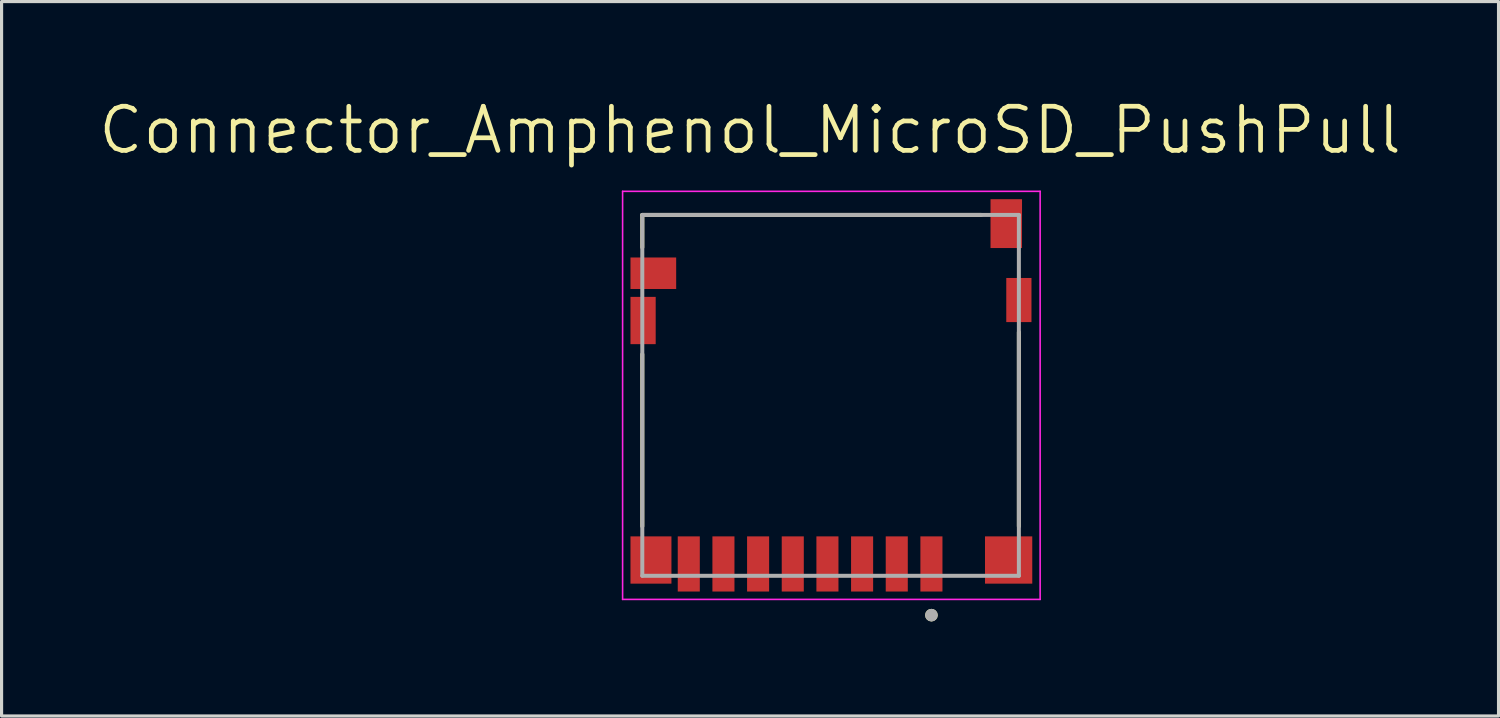
<source format=kicad_pcb>
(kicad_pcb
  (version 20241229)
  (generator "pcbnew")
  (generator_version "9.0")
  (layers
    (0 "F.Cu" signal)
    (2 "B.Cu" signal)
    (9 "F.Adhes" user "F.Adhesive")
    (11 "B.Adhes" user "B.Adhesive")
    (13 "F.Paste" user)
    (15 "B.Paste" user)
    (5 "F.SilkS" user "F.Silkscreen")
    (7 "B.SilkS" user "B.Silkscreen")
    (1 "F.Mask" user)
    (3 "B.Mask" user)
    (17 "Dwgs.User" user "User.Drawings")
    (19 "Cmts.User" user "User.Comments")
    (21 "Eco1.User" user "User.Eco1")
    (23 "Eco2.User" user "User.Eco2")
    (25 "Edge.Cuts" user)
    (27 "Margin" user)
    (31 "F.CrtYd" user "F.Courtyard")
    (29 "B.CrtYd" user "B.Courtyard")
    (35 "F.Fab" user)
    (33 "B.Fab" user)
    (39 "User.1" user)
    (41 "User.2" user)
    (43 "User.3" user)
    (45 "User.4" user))
  (footprint "Connector_Amphenol_MicroSD_PushPull"
    (layer "F.Cu")
    (at 23.307 13.971)
    (property "Reference" "Connector_Amphenol_MicroSD_PushPull" (at -2.555 -12.889 0) (layer "F.SilkS") (effects (font (size 1.4 1.4) (thickness 0.15))))
    (attr smd)
    (fp_line (start -5.975 -10.2) (end -5.975 -9.17) (stroke (width 0.127) (type solid)) (layer "F.SilkS"))
    (fp_line (start -5.975 -5.78) (end -5.975 -0.32) (stroke (width 0.127) (type solid)) (layer "F.SilkS"))
    (fp_line (start 4.78 -10.2) (end -5.975 -10.2) (stroke (width 0.127) (type solid)) (layer "F.SilkS"))
    (fp_line (start 5.975 -0.32) (end 5.975 -6.48) (stroke (width 0.127) (type solid)) (layer "F.SilkS"))
    (fp_circle (center 3.2 2.5) (end 3.3 2.5) (stroke (width 0.2) (type solid)) (fill no) (layer "F.SilkS"))
    (fp_line (start -6.6 -10.95) (end -6.6 2) (stroke (width 0.05) (type solid)) (layer "F.CrtYd"))
    (fp_line (start -6.6 2) (end 6.65 2) (stroke (width 0.05) (type solid)) (layer "F.CrtYd"))
    (fp_line (start 6.65 -10.95) (end -6.6 -10.95) (stroke (width 0.05) (type solid)) (layer "F.CrtYd"))
    (fp_line (start 6.65 2) (end 6.65 -10.95) (stroke (width 0.05) (type solid)) (layer "F.CrtYd"))
    (fp_line (start -5.975 -10.2) (end -5.975 1.25) (stroke (width 0.127) (type solid)) (layer "F.Fab"))
    (fp_line (start -5.975 1.25) (end 5.975 1.25) (stroke (width 0.127) (type solid)) (layer "F.Fab"))
    (fp_line (start 5.975 -10.2) (end -5.975 -10.2) (stroke (width 0.127) (type solid)) (layer "F.Fab"))
    (fp_line (start 5.975 1.25) (end 5.975 -10.2) (stroke (width 0.127) (type solid)) (layer "F.Fab"))
    (fp_circle (center 3.2 2.5) (end 3.3 2.5) (stroke (width 0.2) (type solid)) (fill no) (layer "F.Fab"))
    (pad "1" smd rect (at 3.2 0.875) (size 0.7 1.75) (layers "F.Cu" "F.Mask" "F.Paste"))
    (pad "2" smd rect (at 2.1 0.875) (size 0.7 1.75) (layers "F.Cu" "F.Mask" "F.Paste"))
    (pad "3" smd rect (at 1 0.875) (size 0.7 1.75) (layers "F.Cu" "F.Mask" "F.Paste"))
    (pad "4" smd rect (at -0.1 0.875) (size 0.7 1.75) (layers "F.Cu" "F.Mask" "F.Paste"))
    (pad "5" smd rect (at -1.2 0.875) (size 0.7 1.75) (layers "F.Cu" "F.Mask" "F.Paste"))
    (pad "6" smd rect (at -2.3 0.875) (size 0.7 1.75) (layers "F.Cu" "F.Mask" "F.Paste"))
    (pad "7" smd rect (at -3.4 0.875) (size 0.7 1.75) (layers "F.Cu" "F.Mask" "F.Paste"))
    (pad "8" smd rect (at -4.5 0.875) (size 0.7 1.75) (layers "F.Cu" "F.Mask" "F.Paste"))
    (pad "9" smd rect (at 5.575 -9.925) (size 1 1.55) (layers "F.Cu" "F.Mask" "F.Paste"))
    (pad "10" smd rect (at -5.625 -8.35) (size 1.45 1) (layers "F.Cu" "F.Mask" "F.Paste"))
    (pad "11" smd rect (at -5.95 -6.85) (size 0.8 1.5) (layers "F.Cu" "F.Mask" "F.Paste"))
    (pad "11" smd rect (at -5.7 0.75) (size 1.3 1.5) (layers "F.Cu" "F.Mask" "F.Paste"))
    (pad "11" smd rect (at 5.65 0.75) (size 1.5 1.5) (layers "F.Cu" "F.Mask" "F.Paste"))
    (pad "11" smd rect (at 5.975 -7.5) (size 0.8 1.4) (layers "F.Cu" "F.Mask" "F.Paste"))
    (zone (net_name "") (layer "F.Cu") (hatch full 0.508) (connect_pads) (min_thickness 0.01) (filled_areas_thickness no) (keepout (tracks not_allowed) (vias not_allowed) (pads not_allowed) (copperpour not_allowed) (footprints allowed)) (placement (enabled no)) (fill) (polygon (pts (xy 18.407 7.971) (xy 26.907 7.971) (xy 26.907 9.971) (xy 18.407 9.971))))
    (zone (net_name "") (layer "F.Cu") (hatch full 0.508) (connect_pads) (min_thickness 0.01) (filled_areas_thickness no) (keepout (tracks not_allowed) (vias not_allowed) (pads not_allowed) (copperpour not_allowed) (footprints allowed)) (placement (enabled no)) (fill) (polygon (pts (xy 21.357 3.771) (xy 23.857 3.771) (xy 23.857 5.771) (xy 21.357 5.771))))
    (zone (net_name "") (layers "F.Cu" "B.Cu") (hatch full 0.508) (connect_pads) (min_thickness 0.01) (filled_areas_thickness no) (keepout (tracks allowed) (vias not_allowed) (pads allowed) (copperpour allowed) (footprints allowed)) (placement (enabled no)) (fill) (polygon (pts (xy 18.407 7.971) (xy 26.907 7.971) (xy 26.907 9.971) (xy 18.407 9.971))))
    (zone (net_name "") (layers "F.Cu" "B.Cu") (hatch full 0.508) (connect_pads) (min_thickness 0.01) (filled_areas_thickness no) (keepout (tracks allowed) (vias not_allowed) (pads allowed) (copperpour allowed) (footprints allowed)) (placement (enabled no)) (fill) (polygon (pts (xy 21.357 3.771) (xy 23.857 3.771) (xy 23.857 5.771) (xy 21.357 5.771)))))
  (gr_rect
    (start -3 -3)
    (end 44.503 19.671)
    (stroke (width 0.1) (type default))
    (fill no)
    (layer "Edge.Cuts")))
</source>
